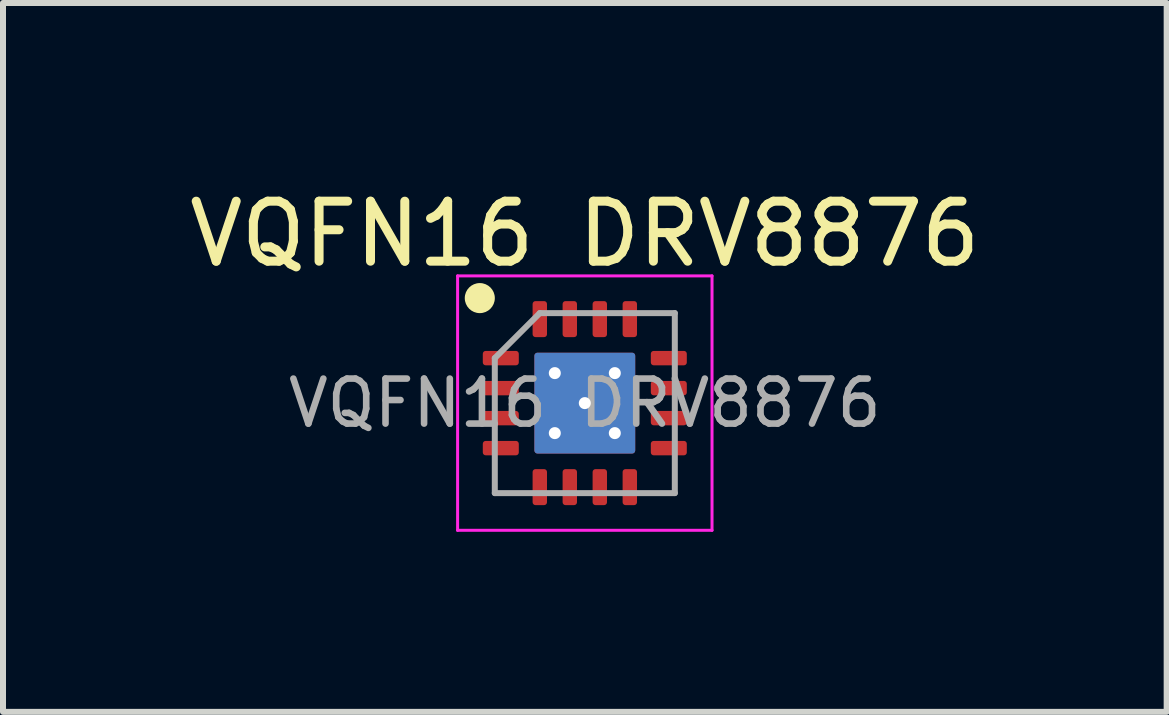
<source format=kicad_pcb>
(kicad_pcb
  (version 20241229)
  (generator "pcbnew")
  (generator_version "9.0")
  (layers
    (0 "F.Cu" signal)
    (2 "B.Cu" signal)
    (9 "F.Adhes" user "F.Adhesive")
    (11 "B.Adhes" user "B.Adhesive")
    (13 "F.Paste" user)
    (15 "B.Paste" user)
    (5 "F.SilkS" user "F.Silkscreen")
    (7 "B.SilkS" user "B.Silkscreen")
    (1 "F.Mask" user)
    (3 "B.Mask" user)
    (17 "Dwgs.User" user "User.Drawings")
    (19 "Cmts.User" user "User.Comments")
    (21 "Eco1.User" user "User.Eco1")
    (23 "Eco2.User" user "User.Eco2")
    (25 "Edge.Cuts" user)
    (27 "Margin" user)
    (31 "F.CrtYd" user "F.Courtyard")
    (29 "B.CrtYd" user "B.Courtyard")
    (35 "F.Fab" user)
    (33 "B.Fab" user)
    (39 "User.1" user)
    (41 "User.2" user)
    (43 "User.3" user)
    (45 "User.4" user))
  (footprint "VQFN16 DRV8876"
    (layer "F.Cu")
    (at 6.696 3.668)
    (property "Reference" "VQFN16 DRV8876" (at 0 -2.82 0) (layer "F.SilkS") (effects (font (size 1 1) (thickness 0.15))))
    (attr through_hole)
    (fp_circle (center -1.75 -1.75) (end -1.5 -1.75) (stroke (width 0.001) (type solid)) (fill yes) (layer "F.SilkS"))
    (fp_line (start -2.12 -2.12) (end -2.12 2.12) (stroke (width 0.05) (type solid)) (layer "F.CrtYd"))
    (fp_line (start -2.12 2.12) (end 2.12 2.12) (stroke (width 0.05) (type solid)) (layer "F.CrtYd"))
    (fp_line (start 2.12 -2.12) (end -2.12 -2.12) (stroke (width 0.05) (type solid)) (layer "F.CrtYd"))
    (fp_line (start 2.12 2.12) (end 2.12 -2.12) (stroke (width 0.05) (type solid)) (layer "F.CrtYd"))
    (fp_line (start -1.5 -0.75) (end -0.75 -1.5) (stroke (width 0.1) (type solid)) (layer "F.Fab"))
    (fp_line (start -1.5 1.5) (end -1.5 -0.75) (stroke (width 0.1) (type solid)) (layer "F.Fab"))
    (fp_line (start -0.75 -1.5) (end 1.5 -1.5) (stroke (width 0.1) (type solid)) (layer "F.Fab"))
    (fp_line (start 1.5 -1.5) (end 1.5 1.5) (stroke (width 0.1) (type solid)) (layer "F.Fab"))
    (fp_line (start 1.5 1.5) (end -1.5 1.5) (stroke (width 0.1) (type solid)) (layer "F.Fab"))
    (fp_text user "${REFERENCE}" (at 0 0 0) (layer "F.Fab") (effects (font (size 0.75 0.75) (thickness 0.11))))
    (pad "" smd roundrect (at -0.36 -0.36) (size 0.63 0.63) (layers "F.Paste") (roundrect_rratio 0.25))
    (pad "" smd roundrect (at 0.36 -0.36) (size 0.63 0.63) (layers "F.Paste") (roundrect_rratio 0.25))
    (pad "1" smd roundrect (at -1.4 -0.75) (size 0.6 0.24) (layers "F.Cu" "F.Mask" "F.Paste") (roundrect_rratio 0.2))
    (pad "2" smd roundrect (at -1.4 -0.25) (size 0.6 0.24) (layers "F.Cu" "F.Mask" "F.Paste") (roundrect_rratio 0.2))
    (pad "3" smd roundrect (at -1.4 0.25) (size 0.6 0.24) (layers "F.Cu" "F.Mask" "F.Paste") (roundrect_rratio 0.2))
    (pad "4" smd roundrect (at -1.4 0.75) (size 0.6 0.24) (layers "F.Cu" "F.Mask" "F.Paste") (roundrect_rratio 0.2))
    (pad "5" smd roundrect (at -0.75 1.4 90) (size 0.6 0.24) (layers "F.Cu" "F.Mask" "F.Paste") (roundrect_rratio 0.2))
    (pad "6" smd roundrect (at -0.25 1.4 90) (size 0.6 0.24) (layers "F.Cu" "F.Mask" "F.Paste") (roundrect_rratio 0.2))
    (pad "7" smd roundrect (at 0.25 1.4 90) (size 0.6 0.24) (layers "F.Cu" "F.Mask" "F.Paste") (roundrect_rratio 0.2))
    (pad "8" smd roundrect (at 0.75 1.4 90) (size 0.6 0.24) (layers "F.Cu" "F.Mask" "F.Paste") (roundrect_rratio 0.2))
    (pad "9" smd roundrect (at 1.4 0.75) (size 0.6 0.24) (layers "F.Cu" "F.Mask" "F.Paste") (roundrect_rratio 0.2))
    (pad "10" smd roundrect (at 1.4 0.25) (size 0.6 0.24) (layers "F.Cu" "F.Mask" "F.Paste") (roundrect_rratio 0.2))
    (pad "11" smd roundrect (at 1.4 -0.25) (size 0.6 0.24) (layers "F.Cu" "F.Mask" "F.Paste") (roundrect_rratio 0.2))
    (pad "12" smd roundrect (at 1.4 -0.75) (size 0.6 0.24) (layers "F.Cu" "F.Mask" "F.Paste") (roundrect_rratio 0.2))
    (pad "13" thru_hole circle (at -0.5 -0.5) (size 0.5 0.5) (drill 0.2) (layers "*.Cu" "*.Mask"))
    (pad "13" thru_hole circle (at -0.5 0.5) (size 0.5 0.5) (drill 0.2) (layers "*.Cu" "*.Mask"))
    (pad "13" thru_hole circle (at 0 0) (size 0.5 0.5) (drill 0.2) (layers "*.Cu" "*.Mask"))
    (pad "13" smd roundrect (at 0 0) (size 1.68 1.68) (layers "F.Cu" "F.Mask" "F.Paste") (roundrect_rratio 0.03))
    (pad "13" smd roundrect (at 0 0) (size 1.68 1.68) (layers "B.Cu" "B.Mask") (roundrect_rratio 0.03))
    (pad "13" thru_hole circle (at 0.5 -0.5) (size 0.5 0.5) (drill 0.2) (layers "*.Cu" "*.Mask"))
    (pad "13" thru_hole circle (at 0.5 0.5) (size 0.5 0.5) (drill 0.2) (layers "*.Cu" "*.Mask"))
    (pad "13" smd roundrect (at 0.75 -1.4 90) (size 0.6 0.24) (layers "F.Cu" "F.Mask" "F.Paste") (roundrect_rratio 0.2))
    (pad "14" smd roundrect (at 0.25 -1.4 90) (size 0.6 0.24) (layers "F.Cu" "F.Mask" "F.Paste") (roundrect_rratio 0.2))
    (pad "15" smd roundrect (at -0.25 -1.4 90) (size 0.6 0.24) (layers "F.Cu" "F.Mask" "F.Paste") (roundrect_rratio 0.2))
    (pad "16" smd roundrect (at -0.75 -1.4 90) (size 0.6 0.24) (layers "F.Cu" "F.Mask" "F.Paste") (roundrect_rratio 0.2)))
  (gr_rect
    (start -3 -3)
    (end 16.393 8.813)
    (stroke (width 0.1) (type default))
    (fill no)
    (layer "Edge.Cuts")))
</source>
